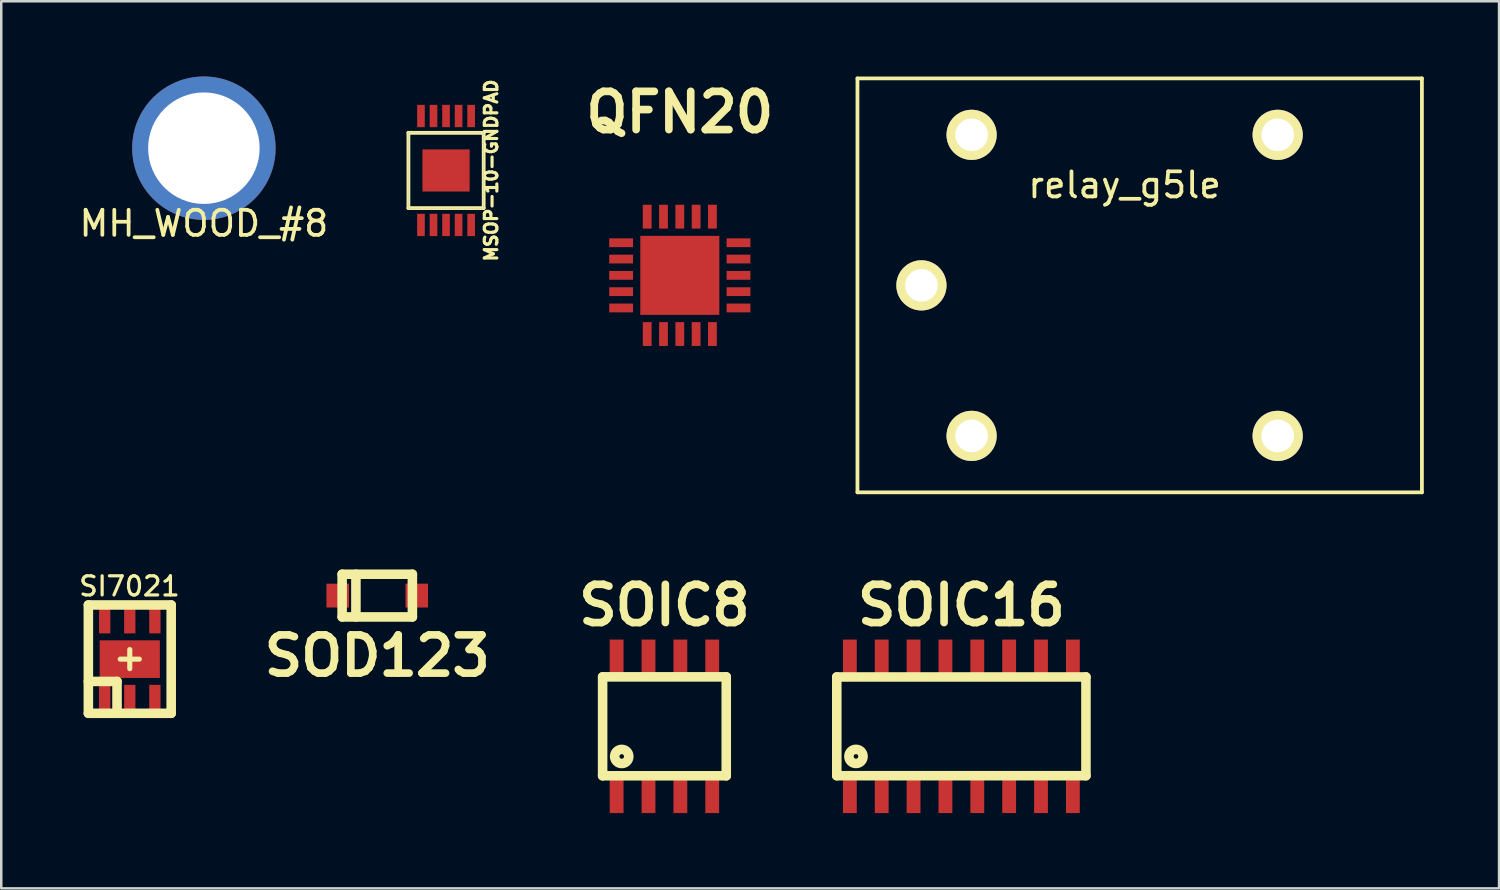
<source format=kicad_pcb>
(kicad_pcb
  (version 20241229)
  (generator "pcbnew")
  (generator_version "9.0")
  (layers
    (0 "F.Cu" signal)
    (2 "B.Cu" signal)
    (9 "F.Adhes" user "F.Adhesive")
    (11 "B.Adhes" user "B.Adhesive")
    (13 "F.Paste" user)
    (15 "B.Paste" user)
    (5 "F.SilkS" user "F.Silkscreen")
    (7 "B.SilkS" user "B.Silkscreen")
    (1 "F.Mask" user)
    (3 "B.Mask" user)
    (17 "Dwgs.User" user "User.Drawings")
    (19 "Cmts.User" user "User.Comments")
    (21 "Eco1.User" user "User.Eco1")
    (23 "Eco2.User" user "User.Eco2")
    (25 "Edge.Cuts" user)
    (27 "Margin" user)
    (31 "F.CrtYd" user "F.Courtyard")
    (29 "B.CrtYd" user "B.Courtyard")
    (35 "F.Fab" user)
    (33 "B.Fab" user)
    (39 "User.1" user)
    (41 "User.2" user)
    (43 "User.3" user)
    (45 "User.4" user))
  (footprint "SI7021"
    (layer "F.Cu")
    (at 2.123 23.224)
    (property "Reference" "SI7021" (at -0.013 -2.906 180) (layer "F.SilkS") (effects (font (size 0.762 0.762) (thickness 0.127))))
    (attr through_hole)
    (fp_line (start -1.651 -2.159) (end 1.651 -2.159) (stroke (width 0.381) (type solid)) (layer "F.SilkS"))
    (fp_line (start -1.651 0.889) (end -0.508 0.889) (stroke (width 0.381) (type solid)) (layer "F.SilkS"))
    (fp_line (start -1.651 2.159) (end -1.651 -2.159) (stroke (width 0.381) (type solid)) (layer "F.SilkS"))
    (fp_line (start -0.508 0.889) (end -0.508 2.159) (stroke (width 0.381) (type solid)) (layer "F.SilkS"))
    (fp_line (start -0.381 0) (end 0.381 0) (stroke (width 0.203) (type solid)) (layer "F.SilkS"))
    (fp_line (start 0 -0.381) (end 0 0.381) (stroke (width 0.203) (type solid)) (layer "F.SilkS"))
    (fp_line (start 1.651 -2.159) (end 1.651 2.159) (stroke (width 0.381) (type solid)) (layer "F.SilkS"))
    (fp_line (start 1.651 2.159) (end -1.651 2.159) (stroke (width 0.381) (type solid)) (layer "F.SilkS"))
    (pad "1" smd rect (at -1 1.625) (size 0.45 1.2) (layers "F.Cu" "F.Mask" "F.Paste"))
    (pad "2" smd rect (at 0 1.625) (size 0.45 1.2) (layers "F.Cu" "F.Mask" "F.Paste"))
    (pad "3" smd rect (at 1 1.625) (size 0.45 1.2) (layers "F.Cu" "F.Mask" "F.Paste"))
    (pad "4" smd rect (at 1 -1.625) (size 0.45 1.2) (layers "F.Cu" "F.Mask" "F.Paste"))
    (pad "5" smd rect (at 0 -1.625) (size 0.45 1.2) (layers "F.Cu" "F.Mask" "F.Paste"))
    (pad "6" smd rect (at -1 -1.625) (size 0.45 1.2) (layers "F.Cu" "F.Mask" "F.Paste"))
    (pad "7" smd rect (at 0 0) (size 2.4 1.5) (layers "F.Cu" "F.Mask" "F.Paste")))
  (footprint "relay_g5le"
    (layer "F.Cu")
    (at 41.779 8.325)
    (property "Reference" "relay_g5le" (at 0 -4 0) (layer "F.SilkS") (effects (font (size 1 1) (thickness 0.15))))
    (attr through_hole)
    (fp_line (start -10.65 -8.25) (end 11.85 -8.25) (stroke (width 0.15) (type solid)) (layer "F.SilkS"))
    (fp_line (start -10.65 8.25) (end -10.65 -8.25) (stroke (width 0.15) (type solid)) (layer "F.SilkS"))
    (fp_line (start 11.85 -8.25) (end 11.85 8.25) (stroke (width 0.15) (type solid)) (layer "F.SilkS"))
    (fp_line (start 11.85 8.25) (end -10.65 8.25) (stroke (width 0.15) (type solid)) (layer "F.SilkS"))
    (pad "1" thru_hole circle (at -8.1 0) (size 2 2) (drill 1.3) (layers "*.Cu" "*.Mask" "F.SilkS"))
    (pad "2" thru_hole circle (at -6.1 -6) (size 2 2) (drill 1.3) (layers "*.Cu" "*.Mask" "F.SilkS"))
    (pad "3" thru_hole circle (at 6.1 -6) (size 2 2) (drill 1.3) (layers "*.Cu" "*.Mask" "F.SilkS"))
    (pad "4" thru_hole circle (at 6.1 6) (size 2 2) (drill 1.3) (layers "*.Cu" "*.Mask" "F.SilkS"))
    (pad "5" thru_hole circle (at -6.1 6) (size 2 2) (drill 1.3) (layers "*.Cu" "*.Mask" "F.SilkS")))
  (footprint "SOD123"
    (layer "F.Cu")
    (at 11.988 20.691)
    (property "Reference" "SOD123" (at 0 2.4 0) (layer "F.SilkS") (effects (font (size 1.524 1.524) (thickness 0.305))))
    (attr through_hole)
    (fp_line (start -1.4 -0.851) (end -1.4 0.851) (stroke (width 0.381) (type solid)) (layer "F.SilkS"))
    (fp_line (start -1.4 -0.851) (end 1.4 -0.851) (stroke (width 0.381) (type solid)) (layer "F.SilkS"))
    (fp_line (start -0.851 -0.851) (end -0.851 0.851) (stroke (width 0.381) (type solid)) (layer "F.SilkS"))
    (fp_line (start 1.4 -0.851) (end 1.4 0.851) (stroke (width 0.381) (type solid)) (layer "F.SilkS"))
    (fp_line (start 1.4 0.851) (end -1.4 0.851) (stroke (width 0.381) (type solid)) (layer "F.SilkS"))
    (pad "1" smd rect (at 1.575 0) (size 0.899 0.95) (layers "F.Cu" "F.Mask" "F.Paste"))
    (pad "2" smd rect (at -1.575 0) (size 0.899 0.95) (layers "F.Cu" "F.Mask" "F.Paste")))
  (footprint "QFN20"
    (layer "F.Cu")
    (at 24.048 7.926)
    (property "Reference" "QFN20" (at 0 -6.5 0) (layer "F.SilkS") (effects (font (size 1.524 1.524) (thickness 0.305))))
    (attr through_hole)
    (pad "1" smd rect (at -2.339 -1.3) (size 0.95 0.351) (layers "F.Cu" "F.Mask" "F.Paste"))
    (pad "2" smd rect (at -2.339 -0.65) (size 0.95 0.351) (layers "F.Cu" "F.Mask" "F.Paste"))
    (pad "3" smd rect (at -2.339 0) (size 0.95 0.351) (layers "F.Cu" "F.Mask" "F.Paste"))
    (pad "4" smd rect (at -2.339 0.65) (size 0.95 0.351) (layers "F.Cu" "F.Mask" "F.Paste"))
    (pad "5" smd rect (at -2.339 1.3) (size 0.95 0.351) (layers "F.Cu" "F.Mask" "F.Paste"))
    (pad "6" smd rect (at -1.3 2.339) (size 0.351 0.95) (layers "F.Cu" "F.Mask" "F.Paste"))
    (pad "7" smd rect (at -0.65 2.339) (size 0.351 0.95) (layers "F.Cu" "F.Mask" "F.Paste"))
    (pad "8" smd rect (at 0 2.339) (size 0.351 0.95) (layers "F.Cu" "F.Mask" "F.Paste"))
    (pad "9" smd rect (at 0.65 2.339) (size 0.351 0.95) (layers "F.Cu" "F.Mask" "F.Paste"))
    (pad "10" smd rect (at 1.3 2.339) (size 0.351 0.95) (layers "F.Cu" "F.Mask" "F.Paste"))
    (pad "11" smd rect (at 2.339 1.3) (size 0.95 0.351) (layers "F.Cu" "F.Mask" "F.Paste"))
    (pad "12" smd rect (at 2.339 0.65) (size 0.95 0.351) (layers "F.Cu" "F.Mask" "F.Paste"))
    (pad "13" smd rect (at 2.339 0) (size 0.95 0.351) (layers "F.Cu" "F.Mask" "F.Paste"))
    (pad "14" smd rect (at 2.339 -0.65) (size 0.95 0.351) (layers "F.Cu" "F.Mask" "F.Paste"))
    (pad "15" smd rect (at 2.339 -1.3) (size 0.95 0.351) (layers "F.Cu" "F.Mask" "F.Paste"))
    (pad "16" smd rect (at 1.3 -2.339) (size 0.351 0.95) (layers "F.Cu" "F.Mask" "F.Paste"))
    (pad "17" smd rect (at 0.65 -2.339) (size 0.351 0.95) (layers "F.Cu" "F.Mask" "F.Paste"))
    (pad "18" smd rect (at 0 -2.339) (size 0.351 0.95) (layers "F.Cu" "F.Mask" "F.Paste"))
    (pad "19" smd rect (at -0.65 -2.339) (size 0.351 0.95) (layers "F.Cu" "F.Mask" "F.Paste"))
    (pad "20" smd rect (at -1.3 -2.339) (size 0.351 0.95) (layers "F.Cu" "F.Mask" "F.Paste"))
    (pad "21" smd rect (at 0 0) (size 3.15 3.15) (layers "F.Cu" "F.Mask" "F.Paste")))
  (footprint "SOIC8"
    (layer "F.Cu")
    (at 23.435 25.902)
    (property "Reference" "SOIC8" (at 0 -4.826 0) (layer "F.SilkS") (effects (font (size 1.524 1.524) (thickness 0.305))))
    (attr through_hole)
    (fp_line (start -2.464 -1.971) (end -2.464 1.971) (stroke (width 0.381) (type solid)) (layer "F.SilkS"))
    (fp_line (start -2.464 1.971) (end 2.464 1.971) (stroke (width 0.381) (type solid)) (layer "F.SilkS"))
    (fp_line (start 2.464 -1.971) (end -2.464 -1.971) (stroke (width 0.381) (type solid)) (layer "F.SilkS"))
    (fp_line (start 2.464 1.971) (end 2.464 -1.971) (stroke (width 0.381) (type solid)) (layer "F.SilkS"))
    (fp_circle (center -1.702 1.201) (end -1.9 1.402) (stroke (width 0.381) (type solid)) (fill no) (layer "F.SilkS"))
    (pad "1" smd rect (at -1.905 2.743) (size 0.551 1.43) (layers "F.Cu" "F.Mask" "F.Paste"))
    (pad "2" smd rect (at -0.635 2.743) (size 0.551 1.43) (layers "F.Cu" "F.Mask" "F.Paste"))
    (pad "3" smd rect (at 0.635 2.743) (size 0.551 1.43) (layers "F.Cu" "F.Mask" "F.Paste"))
    (pad "4" smd rect (at 1.905 2.743) (size 0.551 1.43) (layers "F.Cu" "F.Mask" "F.Paste"))
    (pad "5" smd rect (at 1.905 -2.743) (size 0.551 1.43) (layers "F.Cu" "F.Mask" "F.Paste"))
    (pad "6" smd rect (at 0.635 -2.743) (size 0.551 1.43) (layers "F.Cu" "F.Mask" "F.Paste"))
    (pad "7" smd rect (at -0.635 -2.743) (size 0.551 1.43) (layers "F.Cu" "F.Mask" "F.Paste"))
    (pad "8" smd rect (at -1.905 -2.743) (size 0.551 1.43) (layers "F.Cu" "F.Mask" "F.Paste")))
  (footprint "SOIC16"
    (layer "F.Cu")
    (at 35.271 25.902)
    (property "Reference" "SOIC16" (at 0 -4.826 0) (layer "F.SilkS") (effects (font (size 1.524 1.524) (thickness 0.305))))
    (attr through_hole)
    (fp_line (start -4.966 -1.968) (end 4.966 -1.968) (stroke (width 0.381) (type solid)) (layer "F.SilkS"))
    (fp_line (start -4.966 1.968) (end -4.966 -1.968) (stroke (width 0.381) (type solid)) (layer "F.SilkS"))
    (fp_line (start 4.966 -1.968) (end 4.966 1.968) (stroke (width 0.381) (type solid)) (layer "F.SilkS"))
    (fp_line (start 4.966 1.968) (end -4.966 1.968) (stroke (width 0.381) (type solid)) (layer "F.SilkS"))
    (fp_circle (center -4.201 1.199) (end -4.399 1.4) (stroke (width 0.381) (type solid)) (fill no) (layer "F.SilkS"))
    (pad "1" smd rect (at -4.445 2.743) (size 0.551 1.43) (layers "F.Cu" "F.Mask" "F.Paste"))
    (pad "2" smd rect (at -3.175 2.743) (size 0.551 1.43) (layers "F.Cu" "F.Mask" "F.Paste"))
    (pad "3" smd rect (at -1.905 2.743) (size 0.551 1.43) (layers "F.Cu" "F.Mask" "F.Paste"))
    (pad "4" smd rect (at -0.635 2.743) (size 0.551 1.43) (layers "F.Cu" "F.Mask" "F.Paste"))
    (pad "5" smd rect (at 0.635 2.743) (size 0.551 1.43) (layers "F.Cu" "F.Mask" "F.Paste"))
    (pad "6" smd rect (at 1.905 2.743) (size 0.551 1.43) (layers "F.Cu" "F.Mask" "F.Paste"))
    (pad "7" smd rect (at 3.175 2.743) (size 0.551 1.43) (layers "F.Cu" "F.Mask" "F.Paste"))
    (pad "8" smd rect (at 4.445 2.743) (size 0.551 1.43) (layers "F.Cu" "F.Mask" "F.Paste"))
    (pad "9" smd rect (at 4.445 -2.743) (size 0.551 1.43) (layers "F.Cu" "F.Mask" "F.Paste"))
    (pad "10" smd rect (at 3.175 -2.743) (size 0.551 1.43) (layers "F.Cu" "F.Mask" "F.Paste"))
    (pad "11" smd rect (at 1.905 -2.743) (size 0.551 1.43) (layers "F.Cu" "F.Mask" "F.Paste"))
    (pad "12" smd rect (at 0.635 -2.743) (size 0.551 1.43) (layers "F.Cu" "F.Mask" "F.Paste"))
    (pad "13" smd rect (at -0.635 -2.743) (size 0.551 1.43) (layers "F.Cu" "F.Mask" "F.Paste"))
    (pad "14" smd rect (at -1.905 -2.743) (size 0.551 1.43) (layers "F.Cu" "F.Mask" "F.Paste"))
    (pad "15" smd rect (at -3.175 -2.743) (size 0.551 1.43) (layers "F.Cu" "F.Mask" "F.Paste"))
    (pad "16" smd rect (at -4.445 -2.743) (size 0.551 1.43) (layers "F.Cu" "F.Mask" "F.Paste")))
  (footprint "MSOP-10-GNDPAD"
    (layer "F.Cu")
    (at 14.73 3.745)
    (property "Reference" "MSOP-10-GNDPAD" (at 1.8 0 90) (layer "F.SilkS") (effects (font (size 0.5 0.5) (thickness 0.125))))
    (attr through_hole)
    (fp_line (start -1.5 -1.5) (end 1.5 -1.5) (stroke (width 0.15) (type solid)) (layer "F.SilkS"))
    (fp_line (start -1.5 1.5) (end -1.5 -1.5) (stroke (width 0.15) (type solid)) (layer "F.SilkS"))
    (fp_line (start 1.5 -1.5) (end 1.5 1.5) (stroke (width 0.15) (type solid)) (layer "F.SilkS"))
    (fp_line (start 1.5 1.5) (end -1.5 1.5) (stroke (width 0.15) (type solid)) (layer "F.SilkS"))
    (fp_line (start -1.5 -1.5) (end 1.5 -1.5) (stroke (width 0.01) (type solid)) (layer "F.Fab"))
    (fp_line (start -1.5 1.5) (end -1.5 -1.5) (stroke (width 0.01) (type solid)) (layer "F.Fab"))
    (fp_line (start 1.5 -1.5) (end 1.5 1.5) (stroke (width 0.01) (type solid)) (layer "F.Fab"))
    (fp_line (start 1.5 1.5) (end -1.5 1.5) (stroke (width 0.01) (type solid)) (layer "F.Fab"))
    (pad "1" smd rect (at -1 2.171) (size 0.305 0.889) (layers "F.Cu" "F.Mask" "F.Paste"))
    (pad "2" smd rect (at -0.5 2.171) (size 0.305 0.889) (layers "F.Cu" "F.Mask" "F.Paste"))
    (pad "3" smd rect (at 0 2.171) (size 0.305 0.889) (layers "F.Cu" "F.Mask" "F.Paste"))
    (pad "4" smd rect (at 0.5 2.171) (size 0.305 0.889) (layers "F.Cu" "F.Mask" "F.Paste"))
    (pad "5" smd rect (at 1 2.171) (size 0.305 0.889) (layers "F.Cu" "F.Mask" "F.Paste"))
    (pad "6" smd rect (at 1 -2.171) (size 0.305 0.889) (layers "F.Cu" "F.Mask" "F.Paste"))
    (pad "7" smd rect (at 0.5 -2.171) (size 0.305 0.889) (layers "F.Cu" "F.Mask" "F.Paste"))
    (pad "8" smd rect (at 0 -2.171) (size 0.305 0.889) (layers "F.Cu" "F.Mask" "F.Paste"))
    (pad "9" smd rect (at -0.5 -2.171) (size 0.305 0.889) (layers "F.Cu" "F.Mask" "F.Paste"))
    (pad "10" smd rect (at -1 -2.171) (size 0.305 0.889) (layers "F.Cu" "F.Mask" "F.Paste"))
    (pad "11" smd rect (at 0 0) (size 1.88 1.68) (layers "F.Cu" "F.Mask" "F.Paste")))
  (footprint "MH_WOOD_#8"
    (layer "F.Cu")
    (at 5.077 2.857)
    (property "Reference" "MH_WOOD_#8" (at 0 3 0) (layer "F.SilkS") (effects (font (size 1 1) (thickness 0.15))))
    (attr through_hole)
    (pad "1" thru_hole circle (at 0 0) (size 5.715 5.715) (drill 4.445) (layers "*.Cu" "*.Mask")))
  (gr_rect
    (start -3 -3)
    (end 56.704 32.361)
    (stroke (width 0.1) (type default))
    (fill no)
    (layer "Edge.Cuts")))
</source>
